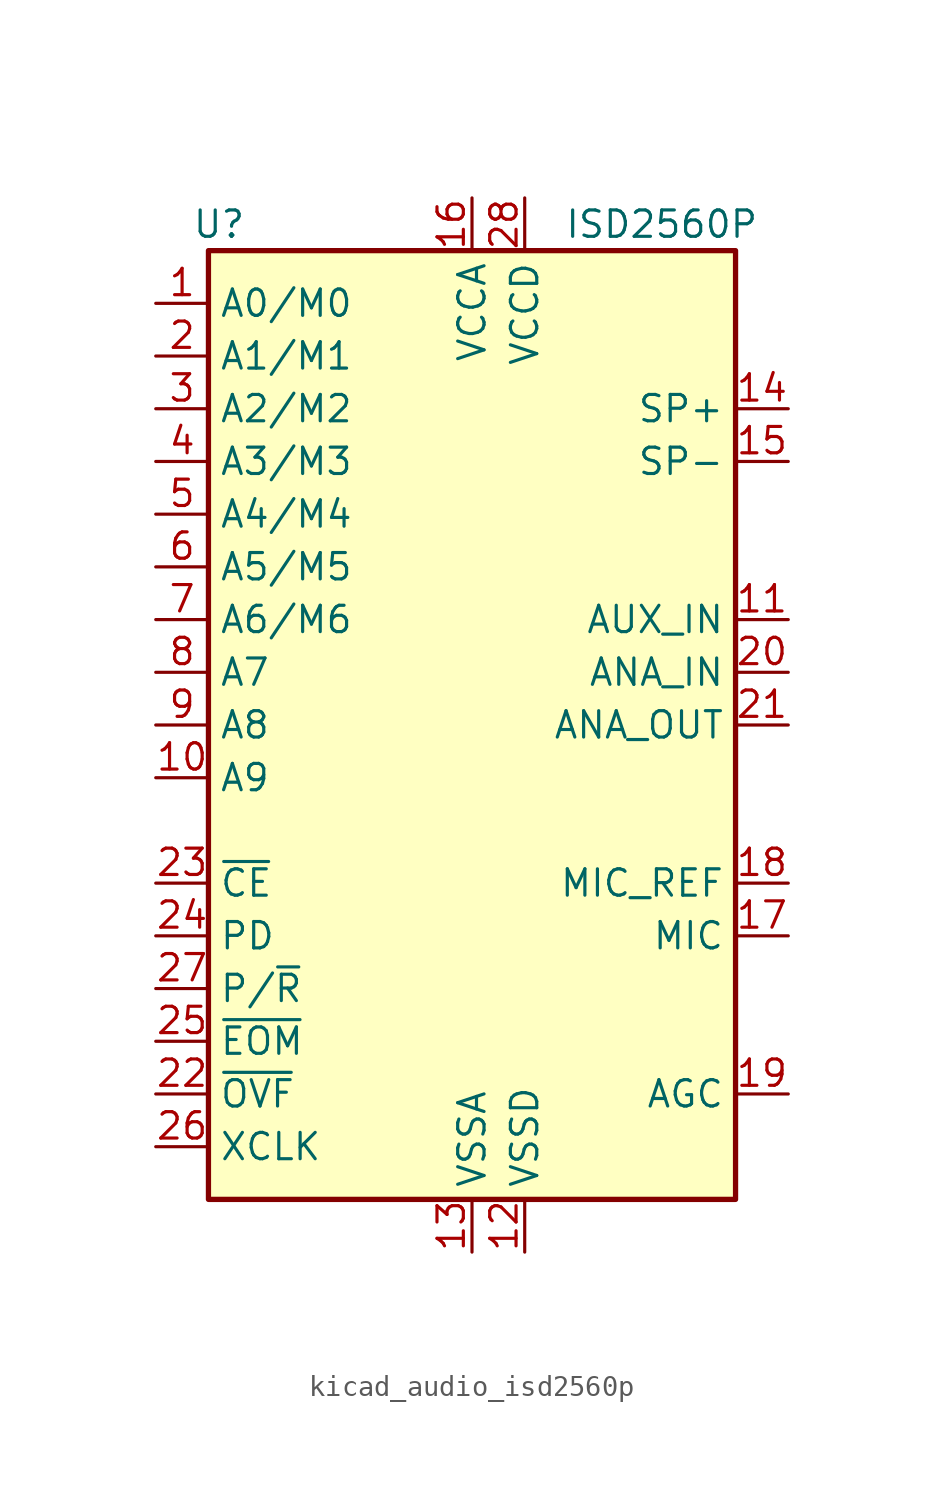
<source format=kicad_sym>
(kicad_symbol_lib
  (version 20220914)
  (generator kicad_symbol_editor)
  (symbol "kicad_audio_isd2560p"
    (property "Reference" "U"
      (at -12.192 24.13 0)
      (effects (font (size 1.27 1.27))))
    (property "Value" "ISD2560P"
      (at 9.144 24.13 0)
      (effects (font (size 1.27 1.27))))
    (symbol "kicad_audio_isd2560p_0_1"
      (rectangle (start -12.7 22.86) (end 12.7 -22.86) (stroke (width 0.254) (type default)) (fill (type background))))
    (symbol "kicad_audio_isd2560p_1_1"
      (pin input line (at -15.24 20.32 0) (length 2.54) (name "A0/M0" (effects (font (size 1.27 1.27)))) (number "1" (effects (font (size 1.27 1.27)))))
      (pin input line (at -15.24 -2.54 0) (length 2.54) (name "A9" (effects (font (size 1.27 1.27)))) (number "10" (effects (font (size 1.27 1.27)))))
      (pin input line (at 15.24 5.08 180) (length 2.54) (name "AUX_IN" (effects (font (size 1.27 1.27)))) (number "11" (effects (font (size 1.27 1.27)))))
      (pin power_in line (at 2.54 -25.4 90) (length 2.54) (name "VSSD" (effects (font (size 1.27 1.27)))) (number "12" (effects (font (size 1.27 1.27)))))
      (pin power_in line (at 0 -25.4 90) (length 2.54) (name "VSSA" (effects (font (size 1.27 1.27)))) (number "13" (effects (font (size 1.27 1.27)))))
      (pin output line (at 15.24 15.24 180) (length 2.54) (name "SP+" (effects (font (size 1.27 1.27)))) (number "14" (effects (font (size 1.27 1.27)))))
      (pin output line (at 15.24 12.7 180) (length 2.54) (name "SP-" (effects (font (size 1.27 1.27)))) (number "15" (effects (font (size 1.27 1.27)))))
      (pin power_in line (at 0 25.4 270) (length 2.54) (name "VCCA" (effects (font (size 1.27 1.27)))) (number "16" (effects (font (size 1.27 1.27)))))
      (pin input line (at 15.24 -10.16 180) (length 2.54) (name "MIC" (effects (font (size 1.27 1.27)))) (number "17" (effects (font (size 1.27 1.27)))))
      (pin passive line (at 15.24 -7.62 180) (length 2.54) (name "MIC_REF" (effects (font (size 1.27 1.27)))) (number "18" (effects (font (size 1.27 1.27)))))
      (pin passive line (at 15.24 -17.78 180) (length 2.54) (name "AGC" (effects (font (size 1.27 1.27)))) (number "19" (effects (font (size 1.27 1.27)))))
      (pin input line (at -15.24 17.78 0) (length 2.54) (name "A1/M1" (effects (font (size 1.27 1.27)))) (number "2" (effects (font (size 1.27 1.27)))))
      (pin input line (at 15.24 2.54 180) (length 2.54) (name "ANA_IN" (effects (font (size 1.27 1.27)))) (number "20" (effects (font (size 1.27 1.27)))))
      (pin output line (at 15.24 0 180) (length 2.54) (name "ANA_OUT" (effects (font (size 1.27 1.27)))) (number "21" (effects (font (size 1.27 1.27)))))
      (pin output line (at -15.24 -17.78 0) (length 2.54) (name "~{OVF}" (effects (font (size 1.27 1.27)))) (number "22" (effects (font (size 1.27 1.27)))))
      (pin input line (at -15.24 -7.62 0) (length 2.54) (name "~{CE}" (effects (font (size 1.27 1.27)))) (number "23" (effects (font (size 1.27 1.27)))))
      (pin input line (at -15.24 -10.16 0) (length 2.54) (name "PD" (effects (font (size 1.27 1.27)))) (number "24" (effects (font (size 1.27 1.27)))))
      (pin output line (at -15.24 -15.24 0) (length 2.54) (name "~{EOM}" (effects (font (size 1.27 1.27)))) (number "25" (effects (font (size 1.27 1.27)))))
      (pin input line (at -15.24 -20.32 0) (length 2.54) (name "XCLK" (effects (font (size 1.27 1.27)))) (number "26" (effects (font (size 1.27 1.27)))))
      (pin input line (at -15.24 -12.7 0) (length 2.54) (name "P/~{R}" (effects (font (size 1.27 1.27)))) (number "27" (effects (font (size 1.27 1.27)))))
      (pin power_in line (at 2.54 25.4 270) (length 2.54) (name "VCCD" (effects (font (size 1.27 1.27)))) (number "28" (effects (font (size 1.27 1.27)))))
      (pin input line (at -15.24 15.24 0) (length 2.54) (name "A2/M2" (effects (font (size 1.27 1.27)))) (number "3" (effects (font (size 1.27 1.27)))))
      (pin input line (at -15.24 12.7 0) (length 2.54) (name "A3/M3" (effects (font (size 1.27 1.27)))) (number "4" (effects (font (size 1.27 1.27)))))
      (pin input line (at -15.24 10.16 0) (length 2.54) (name "A4/M4" (effects (font (size 1.27 1.27)))) (number "5" (effects (font (size 1.27 1.27)))))
      (pin input line (at -15.24 7.62 0) (length 2.54) (name "A5/M5" (effects (font (size 1.27 1.27)))) (number "6" (effects (font (size 1.27 1.27)))))
      (pin input line (at -15.24 5.08 0) (length 2.54) (name "A6/M6" (effects (font (size 1.27 1.27)))) (number "7" (effects (font (size 1.27 1.27)))))
      (pin input line (at -15.24 2.54 0) (length 2.54) (name "A7" (effects (font (size 1.27 1.27)))) (number "8" (effects (font (size 1.27 1.27)))))
      (pin input line (at -15.24 0 0) (length 2.54) (name "A8" (effects (font (size 1.27 1.27)))) (number "9" (effects (font (size 1.27 1.27))))))))
</source>
